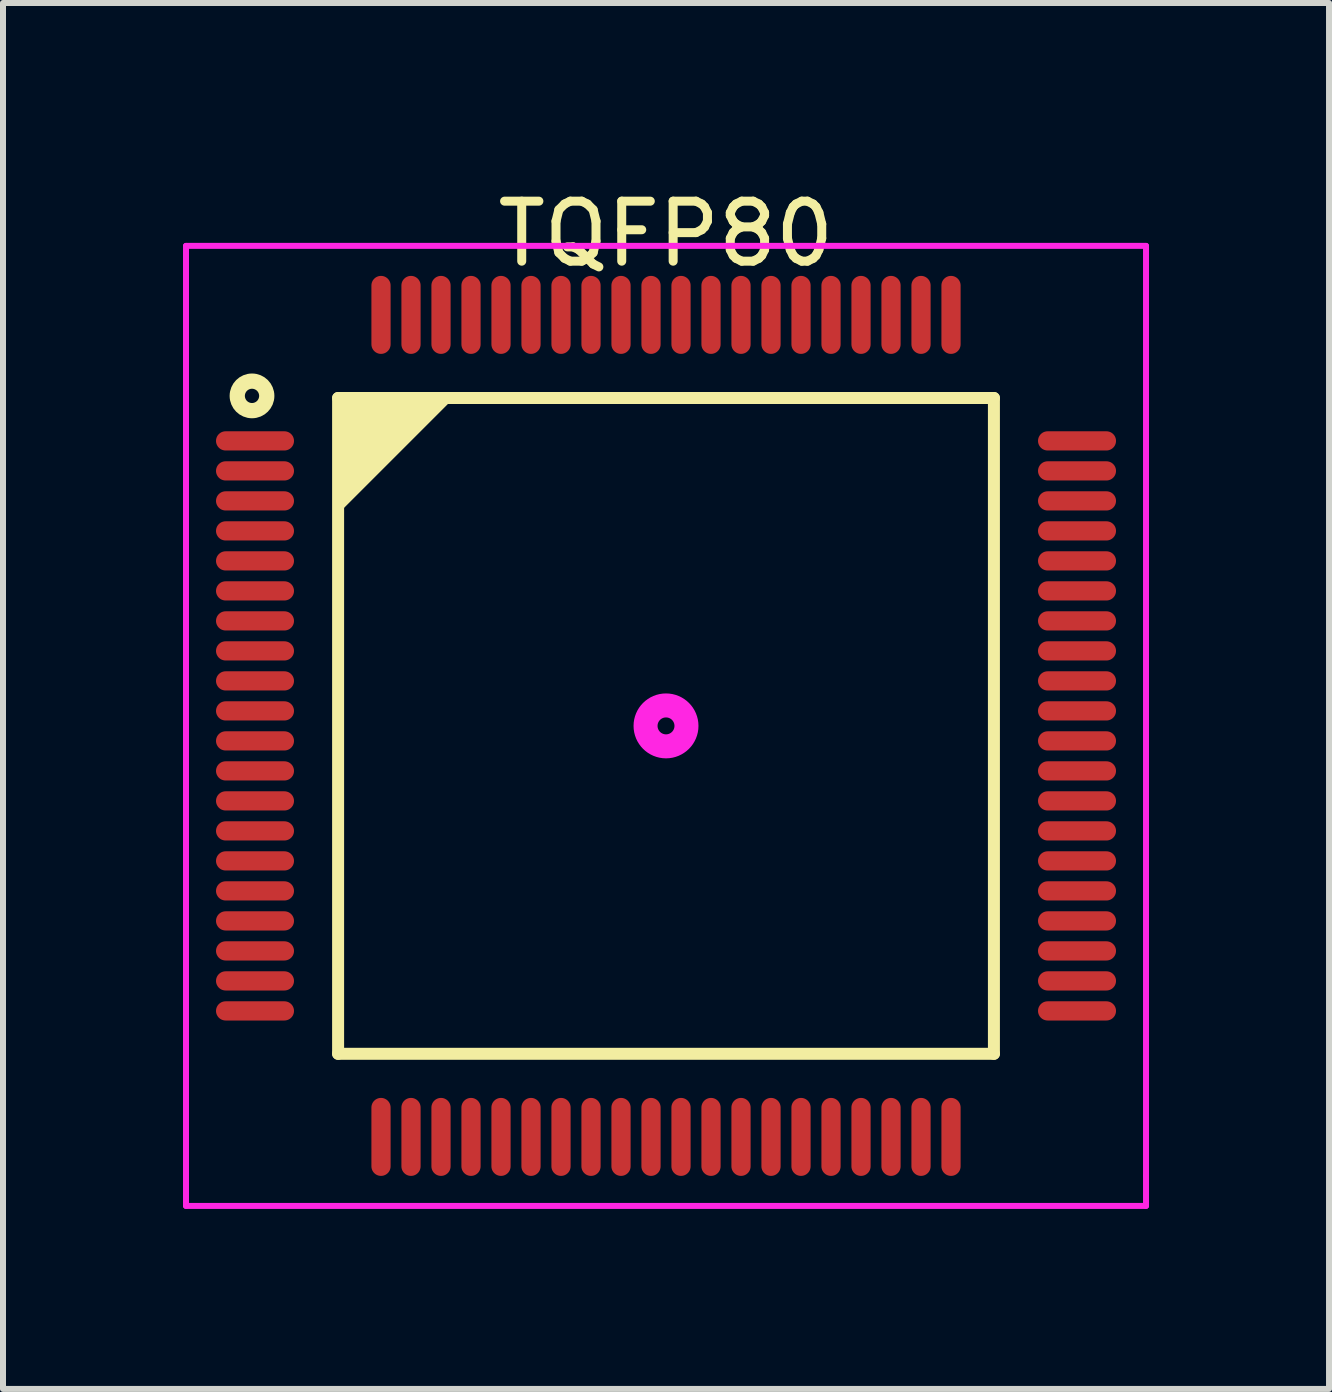
<source format=kicad_pcb>
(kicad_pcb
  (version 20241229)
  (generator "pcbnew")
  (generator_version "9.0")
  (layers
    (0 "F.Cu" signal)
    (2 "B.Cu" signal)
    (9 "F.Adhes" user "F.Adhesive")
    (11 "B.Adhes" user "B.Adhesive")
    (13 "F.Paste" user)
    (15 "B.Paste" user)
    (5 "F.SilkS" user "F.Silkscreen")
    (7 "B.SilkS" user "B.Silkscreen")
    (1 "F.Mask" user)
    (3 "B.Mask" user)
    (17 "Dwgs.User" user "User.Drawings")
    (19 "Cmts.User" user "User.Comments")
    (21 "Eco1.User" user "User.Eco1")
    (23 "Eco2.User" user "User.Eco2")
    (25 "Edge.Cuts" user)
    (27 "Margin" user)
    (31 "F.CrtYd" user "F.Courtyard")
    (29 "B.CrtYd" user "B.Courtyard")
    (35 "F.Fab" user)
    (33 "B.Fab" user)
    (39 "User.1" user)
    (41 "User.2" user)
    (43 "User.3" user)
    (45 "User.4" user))
  (footprint "TQFP80"
    (layer "F.Cu")
    (at 8.05 9.048)
    (property "Reference" "TQFP80" (at 0 -8.2 0) (layer "F.SilkS") (effects (font (size 1 1) (thickness 0.15))))
    (fp_line (start -5.465 -5.465) (end 5.465 -5.465) (stroke (width 0.2) (type solid)) (layer "F.SilkS"))
    (fp_line (start -5.465 5.465) (end -5.465 -5.465) (stroke (width 0.2) (type solid)) (layer "F.SilkS"))
    (fp_line (start -5.465 5.465) (end 5.465 5.465) (stroke (width 0.2) (type solid)) (layer "F.SilkS"))
    (fp_line (start 5.465 5.465) (end 5.465 -5.465) (stroke (width 0.2) (type solid)) (layer "F.SilkS"))
    (fp_circle (center -6.9 -5.5) (end -6.9 -5.619) (stroke (width 0.254) (type solid)) (fill no) (layer "F.SilkS"))
    (fp_poly (pts (xy -5.4 -5.5) (xy -3.6 -5.5) (xy -3.6 -5.4) (xy -5.5 -3.5)) (stroke (width 0) (type default)) (fill yes) (layer "F.SilkS"))
    (fp_line (start -8 -8) (end 8 -8) (stroke (width 0.1) (type solid)) (layer "F.CrtYd"))
    (fp_line (start -8 8) (end -8 -8) (stroke (width 0.1) (type solid)) (layer "F.CrtYd"))
    (fp_line (start -8 8) (end 8 8) (stroke (width 0.1) (type solid)) (layer "F.CrtYd"))
    (fp_line (start 8 7.5) (end 8 -8) (stroke (width 0.1) (type solid)) (layer "F.CrtYd"))
    (fp_line (start 8 8) (end 8 7.5) (stroke (width 0.1) (type solid)) (layer "F.CrtYd"))
    (fp_circle (center 0 0) (end 0 -0.141) (stroke (width 0.4) (type solid)) (fill no) (layer "F.CrtYd"))
    (pad "1" smd oval (at -6.85 -4.75 90) (size 0.32 1.3) (layers "F.Cu" "F.Mask" "F.Paste"))
    (pad "2" smd oval (at -6.85 -4.25 90) (size 0.32 1.3) (layers "F.Cu" "F.Mask" "F.Paste"))
    (pad "3" smd oval (at -6.85 -3.75 90) (size 0.32 1.3) (layers "F.Cu" "F.Mask" "F.Paste"))
    (pad "4" smd oval (at -6.85 -3.25 90) (size 0.32 1.3) (layers "F.Cu" "F.Mask" "F.Paste"))
    (pad "5" smd oval (at -6.85 -2.75 90) (size 0.32 1.3) (layers "F.Cu" "F.Mask" "F.Paste"))
    (pad "6" smd oval (at -6.85 -2.25 90) (size 0.32 1.3) (layers "F.Cu" "F.Mask" "F.Paste"))
    (pad "7" smd oval (at -6.85 -1.75 90) (size 0.32 1.3) (layers "F.Cu" "F.Mask" "F.Paste"))
    (pad "8" smd oval (at -6.85 -1.25 90) (size 0.32 1.3) (layers "F.Cu" "F.Mask" "F.Paste"))
    (pad "9" smd oval (at -6.85 -0.75 90) (size 0.32 1.3) (layers "F.Cu" "F.Mask" "F.Paste"))
    (pad "10" smd oval (at -6.85 -0.25 90) (size 0.32 1.3) (layers "F.Cu" "F.Mask" "F.Paste"))
    (pad "11" smd oval (at -6.85 0.25 90) (size 0.32 1.3) (layers "F.Cu" "F.Mask" "F.Paste"))
    (pad "12" smd oval (at -6.85 0.75 90) (size 0.32 1.3) (layers "F.Cu" "F.Mask" "F.Paste"))
    (pad "13" smd oval (at -6.85 1.25 90) (size 0.32 1.3) (layers "F.Cu" "F.Mask" "F.Paste"))
    (pad "14" smd oval (at -6.85 1.75 90) (size 0.32 1.3) (layers "F.Cu" "F.Mask" "F.Paste"))
    (pad "15" smd oval (at -6.85 2.25 90) (size 0.32 1.3) (layers "F.Cu" "F.Mask" "F.Paste"))
    (pad "16" smd oval (at -6.85 2.75 90) (size 0.32 1.3) (layers "F.Cu" "F.Mask" "F.Paste"))
    (pad "17" smd oval (at -6.85 3.25 90) (size 0.32 1.3) (layers "F.Cu" "F.Mask" "F.Paste"))
    (pad "18" smd oval (at -6.85 3.75 90) (size 0.32 1.3) (layers "F.Cu" "F.Mask" "F.Paste"))
    (pad "19" smd oval (at -6.85 4.25 90) (size 0.32 1.3) (layers "F.Cu" "F.Mask" "F.Paste"))
    (pad "20" smd oval (at -6.85 4.75 90) (size 0.32 1.3) (layers "F.Cu" "F.Mask" "F.Paste"))
    (pad "21" smd oval (at -4.75 6.85) (size 0.32 1.3) (layers "F.Cu" "F.Mask" "F.Paste"))
    (pad "22" smd oval (at -4.25 6.85) (size 0.32 1.3) (layers "F.Cu" "F.Mask" "F.Paste"))
    (pad "23" smd oval (at -3.75 6.85) (size 0.32 1.3) (layers "F.Cu" "F.Mask" "F.Paste"))
    (pad "24" smd oval (at -3.25 6.85) (size 0.32 1.3) (layers "F.Cu" "F.Mask" "F.Paste"))
    (pad "25" smd oval (at -2.75 6.85) (size 0.32 1.3) (layers "F.Cu" "F.Mask" "F.Paste"))
    (pad "26" smd oval (at -2.25 6.85) (size 0.32 1.3) (layers "F.Cu" "F.Mask" "F.Paste"))
    (pad "27" smd oval (at -1.75 6.85) (size 0.32 1.3) (layers "F.Cu" "F.Mask" "F.Paste"))
    (pad "28" smd oval (at -1.25 6.85) (size 0.32 1.3) (layers "F.Cu" "F.Mask" "F.Paste"))
    (pad "29" smd oval (at -0.75 6.85) (size 0.32 1.3) (layers "F.Cu" "F.Mask" "F.Paste"))
    (pad "30" smd oval (at -0.25 6.85) (size 0.32 1.3) (layers "F.Cu" "F.Mask" "F.Paste"))
    (pad "31" smd oval (at 0.25 6.85) (size 0.32 1.3) (layers "F.Cu" "F.Mask" "F.Paste"))
    (pad "32" smd oval (at 0.75 6.85) (size 0.32 1.3) (layers "F.Cu" "F.Mask" "F.Paste"))
    (pad "33" smd oval (at 1.25 6.85) (size 0.32 1.3) (layers "F.Cu" "F.Mask" "F.Paste"))
    (pad "34" smd oval (at 1.75 6.85) (size 0.32 1.3) (layers "F.Cu" "F.Mask" "F.Paste"))
    (pad "35" smd oval (at 2.25 6.85) (size 0.32 1.3) (layers "F.Cu" "F.Mask" "F.Paste"))
    (pad "36" smd oval (at 2.75 6.85) (size 0.32 1.3) (layers "F.Cu" "F.Mask" "F.Paste"))
    (pad "37" smd oval (at 3.25 6.85) (size 0.32 1.3) (layers "F.Cu" "F.Mask" "F.Paste"))
    (pad "38" smd oval (at 3.75 6.85) (size 0.32 1.3) (layers "F.Cu" "F.Mask" "F.Paste"))
    (pad "39" smd oval (at 4.25 6.85) (size 0.32 1.3) (layers "F.Cu" "F.Mask" "F.Paste"))
    (pad "40" smd oval (at 4.75 6.85) (size 0.32 1.3) (layers "F.Cu" "F.Mask" "F.Paste"))
    (pad "41" smd oval (at 6.85 4.75 90) (size 0.32 1.3) (layers "F.Cu" "F.Mask" "F.Paste"))
    (pad "42" smd oval (at 6.85 4.25 90) (size 0.32 1.3) (layers "F.Cu" "F.Mask" "F.Paste"))
    (pad "43" smd oval (at 6.85 3.75 90) (size 0.32 1.3) (layers "F.Cu" "F.Mask" "F.Paste"))
    (pad "44" smd oval (at 6.85 3.25 90) (size 0.32 1.3) (layers "F.Cu" "F.Mask" "F.Paste"))
    (pad "45" smd oval (at 6.85 2.75 90) (size 0.32 1.3) (layers "F.Cu" "F.Mask" "F.Paste"))
    (pad "46" smd oval (at 6.85 2.25 90) (size 0.32 1.3) (layers "F.Cu" "F.Mask" "F.Paste"))
    (pad "47" smd oval (at 6.85 1.75 90) (size 0.32 1.3) (layers "F.Cu" "F.Mask" "F.Paste"))
    (pad "48" smd oval (at 6.85 1.25 90) (size 0.32 1.3) (layers "F.Cu" "F.Mask" "F.Paste"))
    (pad "49" smd oval (at 6.85 0.75 90) (size 0.32 1.3) (layers "F.Cu" "F.Mask" "F.Paste"))
    (pad "50" smd oval (at 6.85 0.25 90) (size 0.32 1.3) (layers "F.Cu" "F.Mask" "F.Paste"))
    (pad "51" smd oval (at 6.85 -0.25 90) (size 0.32 1.3) (layers "F.Cu" "F.Mask" "F.Paste"))
    (pad "52" smd oval (at 6.85 -0.75 90) (size 0.32 1.3) (layers "F.Cu" "F.Mask" "F.Paste"))
    (pad "53" smd oval (at 6.85 -1.25 90) (size 0.32 1.3) (layers "F.Cu" "F.Mask" "F.Paste"))
    (pad "54" smd oval (at 6.85 -1.75 90) (size 0.32 1.3) (layers "F.Cu" "F.Mask" "F.Paste"))
    (pad "55" smd oval (at 6.85 -2.25 90) (size 0.32 1.3) (layers "F.Cu" "F.Mask" "F.Paste"))
    (pad "56" smd oval (at 6.85 -2.75 90) (size 0.32 1.3) (layers "F.Cu" "F.Mask" "F.Paste"))
    (pad "57" smd oval (at 6.85 -3.25 90) (size 0.32 1.3) (layers "F.Cu" "F.Mask" "F.Paste"))
    (pad "58" smd oval (at 6.85 -3.75 90) (size 0.32 1.3) (layers "F.Cu" "F.Mask" "F.Paste"))
    (pad "59" smd oval (at 6.85 -4.25 90) (size 0.32 1.3) (layers "F.Cu" "F.Mask" "F.Paste"))
    (pad "60" smd oval (at 6.85 -4.75 90) (size 0.32 1.3) (layers "F.Cu" "F.Mask" "F.Paste"))
    (pad "61" smd oval (at 4.75 -6.85) (size 0.32 1.3) (layers "F.Cu" "F.Mask" "F.Paste"))
    (pad "62" smd oval (at 4.25 -6.85) (size 0.32 1.3) (layers "F.Cu" "F.Mask" "F.Paste"))
    (pad "63" smd oval (at 3.75 -6.85) (size 0.32 1.3) (layers "F.Cu" "F.Mask" "F.Paste"))
    (pad "64" smd oval (at 3.25 -6.85) (size 0.32 1.3) (layers "F.Cu" "F.Mask" "F.Paste"))
    (pad "65" smd oval (at 2.75 -6.85) (size 0.32 1.3) (layers "F.Cu" "F.Mask" "F.Paste"))
    (pad "66" smd oval (at 2.25 -6.85) (size 0.32 1.3) (layers "F.Cu" "F.Mask" "F.Paste"))
    (pad "67" smd oval (at 1.75 -6.85) (size 0.32 1.3) (layers "F.Cu" "F.Mask" "F.Paste"))
    (pad "68" smd oval (at 1.25 -6.85) (size 0.32 1.3) (layers "F.Cu" "F.Mask" "F.Paste"))
    (pad "69" smd oval (at 0.75 -6.85) (size 0.32 1.3) (layers "F.Cu" "F.Mask" "F.Paste"))
    (pad "70" smd oval (at 0.25 -6.85) (size 0.32 1.3) (layers "F.Cu" "F.Mask" "F.Paste"))
    (pad "71" smd oval (at -0.25 -6.85) (size 0.32 1.3) (layers "F.Cu" "F.Mask" "F.Paste"))
    (pad "72" smd oval (at -0.75 -6.85) (size 0.32 1.3) (layers "F.Cu" "F.Mask" "F.Paste"))
    (pad "73" smd oval (at -1.25 -6.85) (size 0.32 1.3) (layers "F.Cu" "F.Mask" "F.Paste"))
    (pad "74" smd oval (at -1.75 -6.85) (size 0.32 1.3) (layers "F.Cu" "F.Mask" "F.Paste"))
    (pad "75" smd oval (at -2.25 -6.85) (size 0.32 1.3) (layers "F.Cu" "F.Mask" "F.Paste"))
    (pad "76" smd oval (at -2.75 -6.85) (size 0.32 1.3) (layers "F.Cu" "F.Mask" "F.Paste"))
    (pad "77" smd oval (at -3.25 -6.85) (size 0.32 1.3) (layers "F.Cu" "F.Mask" "F.Paste"))
    (pad "78" smd oval (at -3.75 -6.85) (size 0.32 1.3) (layers "F.Cu" "F.Mask" "F.Paste"))
    (pad "79" smd oval (at -4.25 -6.85) (size 0.32 1.3) (layers "F.Cu" "F.Mask" "F.Paste"))
    (pad "80" smd oval (at -4.75 -6.85) (size 0.32 1.3) (layers "F.Cu" "F.Mask" "F.Paste")))
  (gr_rect
    (start -3 -3)
    (end 19.1 20.098)
    (stroke (width 0.1) (type default))
    (fill no)
    (layer "Edge.Cuts")))
</source>
